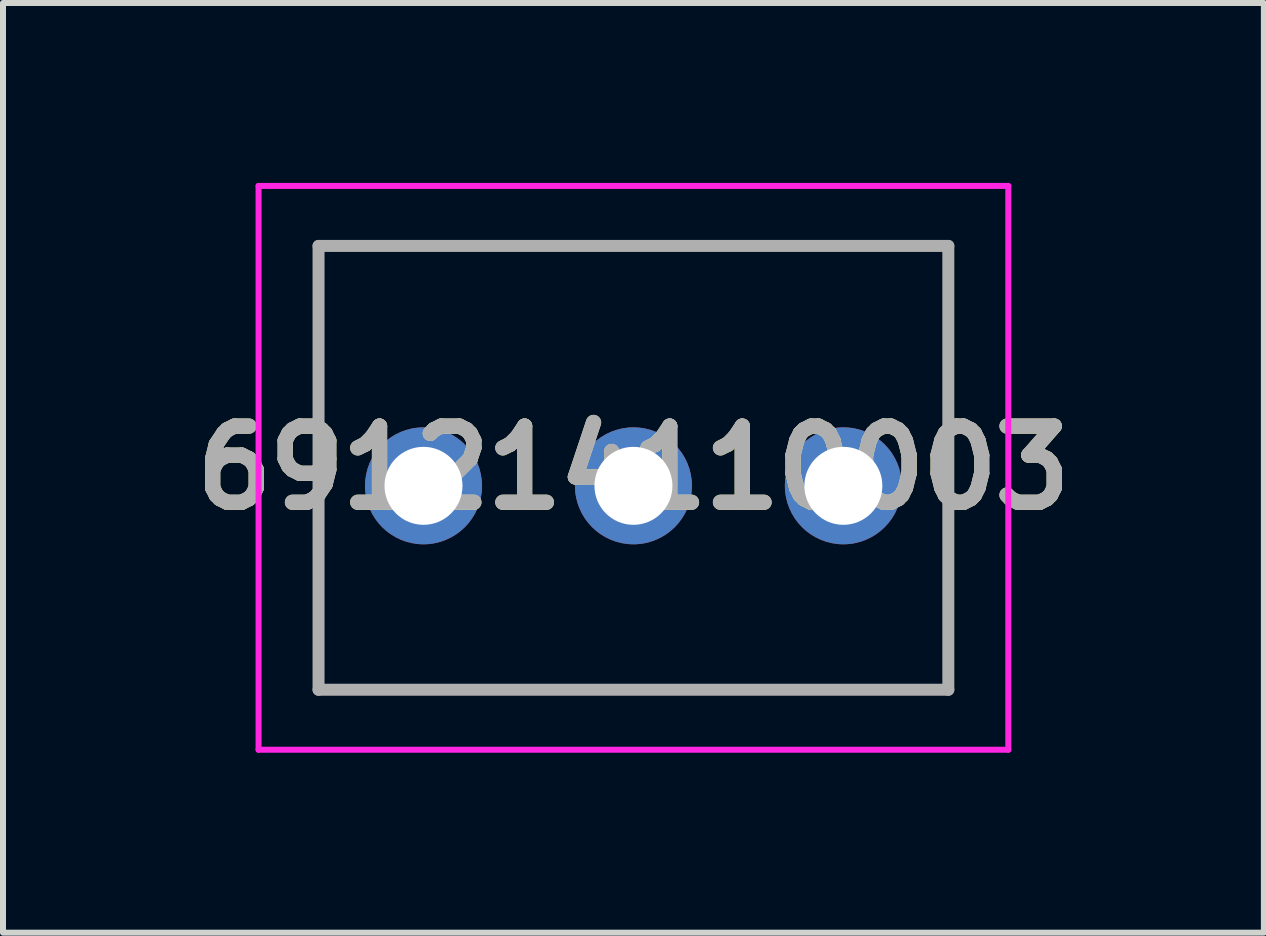
<source format=kicad_pcb>
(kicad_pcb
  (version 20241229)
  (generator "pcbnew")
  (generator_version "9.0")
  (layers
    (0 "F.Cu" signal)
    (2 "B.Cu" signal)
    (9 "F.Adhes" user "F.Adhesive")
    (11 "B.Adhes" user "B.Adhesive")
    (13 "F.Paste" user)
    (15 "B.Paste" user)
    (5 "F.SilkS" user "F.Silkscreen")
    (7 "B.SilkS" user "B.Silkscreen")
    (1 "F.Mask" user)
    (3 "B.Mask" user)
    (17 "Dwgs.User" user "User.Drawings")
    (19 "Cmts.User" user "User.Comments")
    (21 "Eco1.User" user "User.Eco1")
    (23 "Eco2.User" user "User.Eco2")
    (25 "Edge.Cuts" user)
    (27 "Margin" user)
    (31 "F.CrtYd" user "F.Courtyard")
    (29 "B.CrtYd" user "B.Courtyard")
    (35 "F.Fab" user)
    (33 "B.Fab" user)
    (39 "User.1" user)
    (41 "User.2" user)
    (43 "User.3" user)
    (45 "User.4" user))
  (footprint "691214110003"
    (layer "F.Cu")
    (at 4.011 5.05)
    (property "Reference" "691214110003" (at 3.5 -0.3 0) (layer "F.SilkS") (effects (font (size 1.27 1.27) (thickness 0.254))))
    (attr through_hole)
    (fp_line (start -1.75 -4) (end 8.75 -4) (stroke (width 0.1) (type solid)) (layer "F.SilkS"))
    (fp_line (start -1.75 3.4) (end -1.75 -4) (stroke (width 0.1) (type solid)) (layer "F.SilkS"))
    (fp_line (start 8.75 -4) (end 8.75 3.4) (stroke (width 0.1) (type solid)) (layer "F.SilkS"))
    (fp_line (start 8.75 3.4) (end -1.75 3.4) (stroke (width 0.1) (type solid)) (layer "F.SilkS"))
    (fp_line (start -2.75 -5) (end 9.75 -5) (stroke (width 0.1) (type solid)) (layer "F.CrtYd"))
    (fp_line (start -2.75 4.4) (end -2.75 -5) (stroke (width 0.1) (type solid)) (layer "F.CrtYd"))
    (fp_line (start 9.75 -5) (end 9.75 4.4) (stroke (width 0.1) (type solid)) (layer "F.CrtYd"))
    (fp_line (start 9.75 4.4) (end -2.75 4.4) (stroke (width 0.1) (type solid)) (layer "F.CrtYd"))
    (fp_line (start -1.75 -4) (end 8.75 -4) (stroke (width 0.2) (type solid)) (layer "F.Fab"))
    (fp_line (start -1.75 3.4) (end -1.75 -4) (stroke (width 0.2) (type solid)) (layer "F.Fab"))
    (fp_line (start 8.75 -4) (end 8.75 3.4) (stroke (width 0.2) (type solid)) (layer "F.Fab"))
    (fp_line (start 8.75 3.4) (end -1.75 3.4) (stroke (width 0.2) (type solid)) (layer "F.Fab"))
    (fp_text user "${REFERENCE}" (at 3.5 -0.3 0) (layer "F.Fab") (effects (font (size 1.27 1.27) (thickness 0.254))))
    (pad "1" thru_hole circle (at 0 0) (size 1.95 1.95) (drill 1.3) (layers "*.Cu" "*.Mask"))
    (pad "2" thru_hole circle (at 3.5 0) (size 1.95 1.95) (drill 1.3) (layers "*.Cu" "*.Mask"))
    (pad "3" thru_hole circle (at 7 0) (size 1.95 1.95) (drill 1.3) (layers "*.Cu" "*.Mask")))
  (gr_rect
    (start -3 -3)
    (end 18.022 12.5)
    (stroke (width 0.1) (type default))
    (fill no)
    (layer "Edge.Cuts")))
</source>
